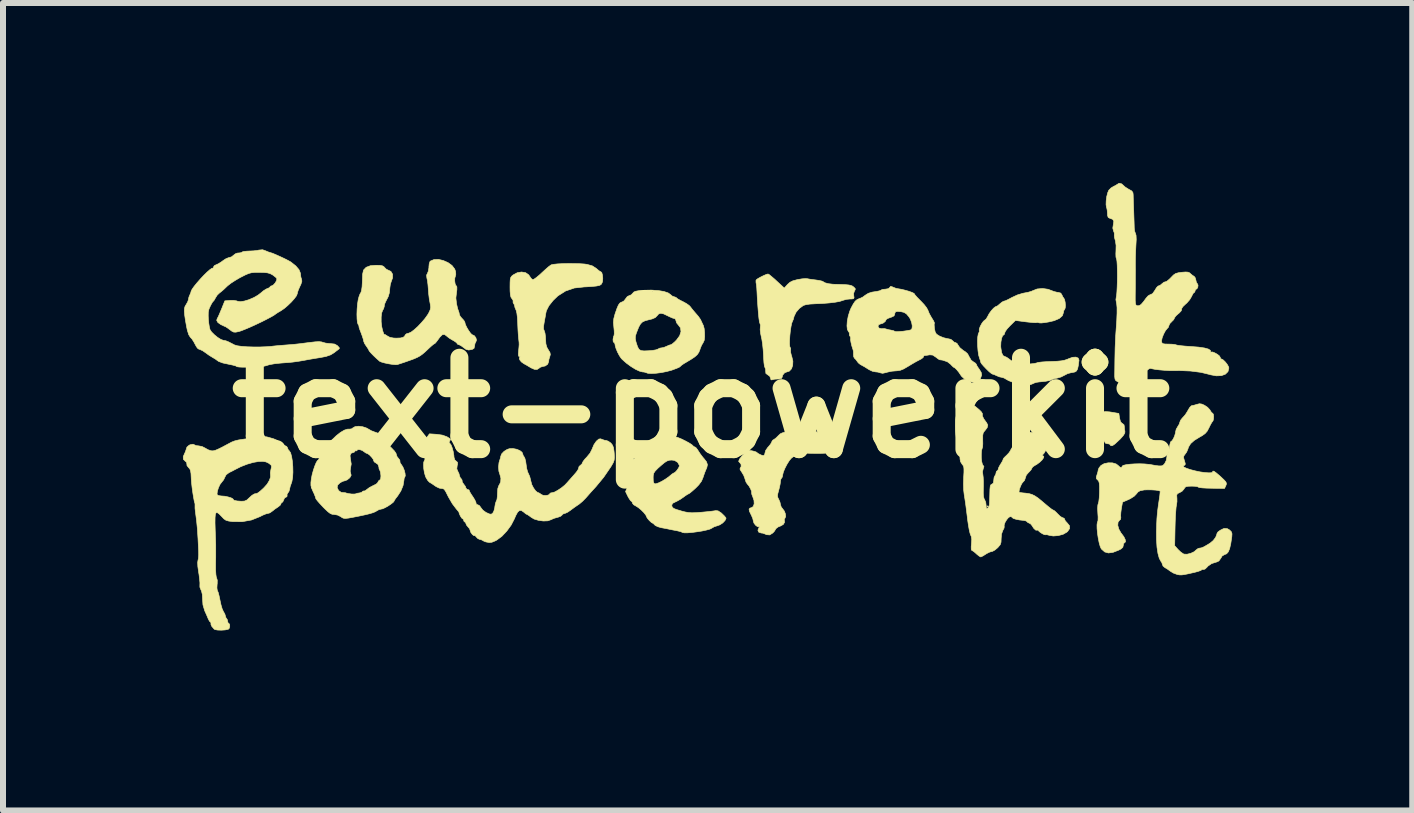
<source format=kicad_pcb>
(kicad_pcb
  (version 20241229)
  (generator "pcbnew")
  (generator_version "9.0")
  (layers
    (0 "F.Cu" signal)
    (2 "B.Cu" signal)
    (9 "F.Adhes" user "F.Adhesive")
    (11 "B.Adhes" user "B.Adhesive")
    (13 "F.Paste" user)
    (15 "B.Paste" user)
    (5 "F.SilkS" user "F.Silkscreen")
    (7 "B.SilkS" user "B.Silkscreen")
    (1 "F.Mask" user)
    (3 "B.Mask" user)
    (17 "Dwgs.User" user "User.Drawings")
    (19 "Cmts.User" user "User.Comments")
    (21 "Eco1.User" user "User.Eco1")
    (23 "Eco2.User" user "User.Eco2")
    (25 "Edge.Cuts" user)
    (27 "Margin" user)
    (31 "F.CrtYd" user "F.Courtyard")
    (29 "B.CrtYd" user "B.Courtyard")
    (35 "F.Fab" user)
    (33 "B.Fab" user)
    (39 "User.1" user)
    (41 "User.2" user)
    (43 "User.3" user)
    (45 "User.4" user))
  (footprint "text-powerkit"
    (layer "F.Cu")
    (at 8.636 3.748)
    (property "Reference" "text-powerkit" (at 0 0 0) (layer "F.SilkS") (effects (font (size 1.524 1.524) (thickness 0.3))))
    (attr through_hole)
    (fp_poly (pts (xy 4.79 1.642) (xy 4.781 1.651) (xy 4.772 1.642) (xy 4.781 1.633) (xy 4.79 1.642)) (stroke (width 0.01) (type solid)) (fill yes) (layer "F.SilkS"))
    (fp_poly (pts (xy 6.81 0.068) (xy 6.848 0.074) (xy 6.965 0.094) (xy 6.977 0.172) (xy 6.992 0.23) (xy 7.015 0.257) (xy 7.023 0.26) (xy 7.051 0.283) (xy 7.056 0.311) (xy 7.06 0.363) (xy 7.066 0.39) (xy 7.064 0.421) (xy 7.039 0.463) (xy 6.989 0.519) (xy 6.911 0.592) (xy 6.899 0.603) (xy 6.861 0.629) (xy 6.832 0.633) (xy 6.822 0.617) (xy 6.806 0.603) (xy 6.776 0.599) (xy 6.74 0.589) (xy 6.731 0.572) (xy 6.716 0.545) (xy 6.682 0.518) (xy 6.642 0.501) (xy 6.631 0.5) (xy 6.614 0.484) (xy 6.608 0.463) (xy 6.595 0.416) (xy 6.583 0.387) (xy 6.572 0.334) (xy 6.578 0.278) (xy 6.586 0.23) (xy 6.589 0.196) (xy 6.588 0.193) (xy 6.597 0.169) (xy 6.625 0.133) (xy 6.662 0.097) (xy 6.699 0.07) (xy 6.699 0.07) (xy 6.74 0.063) (xy 6.81 0.068)) (stroke (width 0.01) (type solid)) (fill yes) (layer "F.SilkS"))
    (fp_poly (pts (xy -2.111 -2.404) (xy -2.02 -2.402) (xy -1.944 -2.397) (xy -1.901 -2.391) (xy -1.812 -2.366) (xy -1.747 -2.324) (xy -1.742 -2.32) (xy -1.704 -2.287) (xy -1.675 -2.269) (xy -1.67 -2.268) (xy -1.654 -2.252) (xy -1.643 -2.212) (xy -1.638 -2.161) (xy -1.641 -2.111) (xy -1.646 -2.092) (xy -1.662 -2.06) (xy -1.688 -2.042) (xy -1.738 -2.031) (xy -1.752 -2.029) (xy -1.824 -2.022) (xy -1.907 -2.017) (xy -1.95 -2.015) (xy -2.113 -1.997) (xy -2.258 -1.947) (xy -2.386 -1.866) (xy -2.465 -1.79) (xy -2.537 -1.699) (xy -2.578 -1.618) (xy -2.587 -1.578) (xy -2.594 -1.536) (xy -2.605 -1.474) (xy -2.614 -1.426) (xy -2.625 -1.358) (xy -2.625 -1.313) (xy -2.613 -1.283) (xy -2.613 -1.282) (xy -2.601 -1.245) (xy -2.593 -1.186) (xy -2.591 -1.14) (xy -2.586 -1.065) (xy -2.57 -1.009) (xy -2.546 -0.967) (xy -2.518 -0.921) (xy -2.512 -0.887) (xy -2.52 -0.858) (xy -2.536 -0.806) (xy -2.54 -0.771) (xy -2.556 -0.727) (xy -2.598 -0.697) (xy -2.64 -0.689) (xy -2.677 -0.677) (xy -2.697 -0.662) (xy -2.733 -0.639) (xy -2.777 -0.641) (xy -2.836 -0.667) (xy -2.857 -0.68) (xy -2.907 -0.71) (xy -2.947 -0.732) (xy -2.957 -0.738) (xy -2.995 -0.765) (xy -3.021 -0.798) (xy -3.03 -0.827) (xy -3.024 -0.839) (xy -3.014 -0.85) (xy -3.027 -0.852) (xy -3.041 -0.862) (xy -3.045 -0.894) (xy -3.041 -0.948) (xy -3.035 -1.01) (xy -3.032 -1.052) (xy -3.033 -1.088) (xy -3.038 -1.134) (xy -3.041 -1.161) (xy -3.046 -1.217) (xy -3.051 -1.295) (xy -3.055 -1.382) (xy -3.056 -1.416) (xy -3.061 -1.505) (xy -3.07 -1.578) (xy -3.082 -1.626) (xy -3.086 -1.634) (xy -3.102 -1.672) (xy -3.106 -1.694) (xy -3.112 -1.719) (xy -3.123 -1.735) (xy -3.135 -1.762) (xy -3.132 -1.772) (xy -3.134 -1.793) (xy -3.152 -1.819) (xy -3.169 -1.845) (xy -3.178 -1.885) (xy -3.183 -1.946) (xy -3.184 -2.014) (xy -3.183 -2.091) (xy -3.18 -2.141) (xy -3.172 -2.172) (xy -3.156 -2.195) (xy -3.13 -2.216) (xy -3.063 -2.252) (xy -2.992 -2.264) (xy -2.925 -2.253) (xy -2.874 -2.218) (xy -2.858 -2.195) (xy -2.832 -2.157) (xy -2.807 -2.136) (xy -2.784 -2.144) (xy -2.743 -2.173) (xy -2.689 -2.218) (xy -2.657 -2.248) (xy -2.598 -2.302) (xy -2.546 -2.348) (xy -2.507 -2.377) (xy -2.495 -2.384) (xy -2.456 -2.392) (xy -2.39 -2.399) (xy -2.305 -2.403) (xy -2.209 -2.405) (xy -2.111 -2.404)) (stroke (width 0.01) (type solid)) (fill yes) (layer "F.SilkS"))
    (fp_poly (pts (xy 1.137 -2.22) (xy 1.176 -2.188) (xy 1.229 -2.143) (xy 1.261 -2.113) (xy 1.388 -1.996) (xy 1.442 -2.056) (xy 1.482 -2.092) (xy 1.529 -2.116) (xy 1.595 -2.134) (xy 1.618 -2.139) (xy 1.684 -2.15) (xy 1.74 -2.154) (xy 1.772 -2.152) (xy 1.808 -2.145) (xy 1.865 -2.137) (xy 1.914 -2.131) (xy 1.973 -2.122) (xy 2.016 -2.112) (xy 2.032 -2.105) (xy 2.063 -2.085) (xy 2.122 -2.069) (xy 2.198 -2.06) (xy 2.223 -2.059) (xy 2.329 -2.056) (xy 2.406 -2.053) (xy 2.459 -2.048) (xy 2.494 -2.041) (xy 2.519 -2.032) (xy 2.539 -2.018) (xy 2.542 -2.016) (xy 2.57 -1.989) (xy 2.57 -1.967) (xy 2.56 -1.952) (xy 2.544 -1.908) (xy 2.546 -1.869) (xy 2.551 -1.834) (xy 2.541 -1.818) (xy 2.507 -1.814) (xy 2.484 -1.814) (xy 2.423 -1.808) (xy 2.368 -1.792) (xy 2.362 -1.79) (xy 2.313 -1.774) (xy 2.236 -1.76) (xy 2.136 -1.748) (xy 2.021 -1.739) (xy 1.898 -1.734) (xy 1.887 -1.733) (xy 1.813 -1.729) (xy 1.748 -1.719) (xy 1.706 -1.706) (xy 1.705 -1.706) (xy 1.639 -1.657) (xy 1.585 -1.594) (xy 1.553 -1.528) (xy 1.55 -1.519) (xy 1.538 -1.473) (xy 1.525 -1.443) (xy 1.524 -1.442) (xy 1.512 -1.41) (xy 1.5 -1.354) (xy 1.489 -1.282) (xy 1.481 -1.205) (xy 1.476 -1.129) (xy 1.475 -1.066) (xy 1.479 -1.022) (xy 1.485 -1.009) (xy 1.495 -0.985) (xy 1.493 -0.962) (xy 1.494 -0.923) (xy 1.507 -0.87) (xy 1.514 -0.85) (xy 1.531 -0.778) (xy 1.528 -0.708) (xy 1.508 -0.65) (xy 1.472 -0.611) (xy 1.433 -0.599) (xy 1.393 -0.583) (xy 1.362 -0.546) (xy 1.352 -0.51) (xy 1.342 -0.49) (xy 1.306 -0.481) (xy 1.279 -0.48) (xy 1.227 -0.477) (xy 1.189 -0.468) (xy 1.184 -0.466) (xy 1.166 -0.466) (xy 1.161 -0.489) (xy 1.145 -0.527) (xy 1.115 -0.548) (xy 1.081 -0.573) (xy 1.078 -0.606) (xy 1.076 -0.647) (xy 1.067 -0.667) (xy 1.057 -0.695) (xy 1.049 -0.75) (xy 1.044 -0.824) (xy 1.042 -0.872) (xy 1.036 -0.966) (xy 1.026 -1.064) (xy 1.013 -1.147) (xy 1.007 -1.172) (xy 0.993 -1.241) (xy 0.986 -1.301) (xy 0.988 -1.337) (xy 0.991 -1.38) (xy 0.983 -1.403) (xy 0.974 -1.431) (xy 0.965 -1.492) (xy 0.956 -1.582) (xy 0.947 -1.697) (xy 0.938 -1.835) (xy 0.933 -1.933) (xy 0.929 -2.001) (xy 0.923 -2.056) (xy 0.917 -2.087) (xy 0.917 -2.087) (xy 0.916 -2.122) (xy 0.921 -2.133) (xy 0.945 -2.152) (xy 0.989 -2.177) (xy 1.041 -2.203) (xy 1.088 -2.223) (xy 1.117 -2.231) (xy 1.137 -2.22)) (stroke (width 0.01) (type solid)) (fill yes) (layer "F.SilkS"))
    (fp_poly (pts (xy -0.715 -1.955) (xy -0.619 -1.939) (xy -0.548 -1.915) (xy -0.515 -1.892) (xy -0.479 -1.862) (xy -0.448 -1.851) (xy -0.416 -1.84) (xy -0.408 -1.831) (xy -0.386 -1.814) (xy -0.341 -1.789) (xy -0.3 -1.769) (xy -0.242 -1.737) (xy -0.195 -1.703) (xy -0.177 -1.683) (xy -0.148 -1.645) (xy -0.107 -1.596) (xy -0.087 -1.573) (xy -0.045 -1.524) (xy -0.012 -1.477) (xy -0.003 -1.46) (xy 0.022 -1.406) (xy 0.039 -1.371) (xy 0.052 -1.323) (xy 0.059 -1.256) (xy 0.06 -1.185) (xy 0.054 -1.128) (xy 0.052 -1.122) (xy 0.033 -1.081) (xy 0.024 -1.068) (xy 0.006 -1.035) (xy -0.014 -0.985) (xy -0.018 -0.971) (xy -0.037 -0.924) (xy -0.064 -0.885) (xy -0.106 -0.848) (xy -0.169 -0.806) (xy -0.231 -0.769) (xy -0.287 -0.736) (xy -0.327 -0.708) (xy -0.345 -0.691) (xy -0.345 -0.69) (xy -0.361 -0.678) (xy -0.403 -0.659) (xy -0.465 -0.636) (xy -0.489 -0.627) (xy -0.572 -0.605) (xy -0.662 -0.587) (xy -0.75 -0.576) (xy -0.829 -0.572) (xy -0.888 -0.576) (xy -0.913 -0.585) (xy -0.948 -0.596) (xy -0.975 -0.598) (xy -1.025 -0.611) (xy -1.092 -0.642) (xy -1.168 -0.689) (xy -1.243 -0.744) (xy -1.309 -0.802) (xy -1.33 -0.824) (xy -1.36 -0.868) (xy -1.392 -0.928) (xy -1.418 -0.991) (xy -1.432 -1.042) (xy -1.433 -1.055) (xy -1.442 -1.083) (xy -1.453 -1.089) (xy -1.464 -1.104) (xy -1.467 -1.139) (xy -1.464 -1.155) (xy -1.096 -1.155) (xy -1.086 -1.105) (xy -1.079 -1.081) (xy -1.057 -1.015) (xy -1.034 -0.974) (xy -1.002 -0.954) (xy -0.95 -0.948) (xy -0.876 -0.951) (xy -0.807 -0.957) (xy -0.752 -0.966) (xy -0.722 -0.977) (xy -0.72 -0.978) (xy -0.686 -0.995) (xy -0.663 -0.998) (xy -0.62 -1.006) (xy -0.574 -1.025) (xy -0.532 -1.044) (xy -0.502 -1.052) (xy -0.501 -1.052) (xy -0.479 -1.065) (xy -0.441 -1.097) (xy -0.409 -1.129) (xy -0.356 -1.201) (xy -0.334 -1.27) (xy -0.342 -1.333) (xy -0.377 -1.379) (xy -0.407 -1.416) (xy -0.417 -1.45) (xy -0.428 -1.48) (xy -0.444 -1.488) (xy -0.474 -1.496) (xy -0.522 -1.517) (xy -0.555 -1.533) (xy -0.624 -1.566) (xy -0.672 -1.576) (xy -0.707 -1.564) (xy -0.732 -1.535) (xy -0.763 -1.504) (xy -0.816 -1.481) (xy -0.873 -1.467) (xy -0.933 -1.451) (xy -0.976 -1.431) (xy -1.009 -1.398) (xy -1.038 -1.347) (xy -1.069 -1.269) (xy -1.076 -1.252) (xy -1.093 -1.198) (xy -1.096 -1.155) (xy -1.464 -1.155) (xy -1.461 -1.179) (xy -1.45 -1.206) (xy -1.446 -1.233) (xy -1.447 -1.283) (xy -1.453 -1.343) (xy -1.46 -1.422) (xy -1.454 -1.487) (xy -1.435 -1.559) (xy -1.432 -1.569) (xy -1.402 -1.655) (xy -1.378 -1.711) (xy -1.355 -1.744) (xy -1.331 -1.76) (xy -1.317 -1.763) (xy -1.283 -1.783) (xy -1.256 -1.819) (xy -1.229 -1.854) (xy -1.199 -1.869) (xy -1.164 -1.883) (xy -1.139 -1.909) (xy -1.121 -1.929) (xy -1.093 -1.942) (xy -1.052 -1.95) (xy -0.816 -1.95) (xy -0.807 -1.941) (xy -0.798 -1.95) (xy -0.807 -1.959) (xy -0.816 -1.95) (xy -1.052 -1.95) (xy -1.048 -1.951) (xy -0.976 -1.957) (xy -0.96 -1.959) (xy -0.831 -1.962) (xy -0.715 -1.955)) (stroke (width 0.01) (type solid)) (fill yes) (layer "F.SilkS"))
    (fp_poly (pts (xy 1.729 0.348) (xy 1.798 0.355) (xy 1.856 0.365) (xy 1.894 0.374) (xy 1.905 0.381) (xy 1.92 0.399) (xy 1.937 0.407) (xy 1.969 0.425) (xy 2.013 0.459) (xy 2.026 0.472) (xy 2.065 0.505) (xy 2.093 0.525) (xy 2.099 0.527) (xy 2.122 0.538) (xy 2.154 0.561) (xy 2.182 0.595) (xy 2.189 0.642) (xy 2.188 0.663) (xy 2.177 0.711) (xy 2.16 0.743) (xy 2.156 0.745) (xy 2.125 0.752) (xy 2.066 0.757) (xy 1.987 0.76) (xy 1.896 0.76) (xy 1.801 0.758) (xy 1.752 0.756) (xy 1.646 0.767) (xy 1.547 0.809) (xy 1.506 0.839) (xy 1.473 0.878) (xy 1.435 0.938) (xy 1.4 1.005) (xy 1.373 1.069) (xy 1.361 1.118) (xy 1.361 1.123) (xy 1.353 1.158) (xy 1.343 1.17) (xy 1.329 1.195) (xy 1.324 1.227) (xy 1.319 1.271) (xy 1.306 1.332) (xy 1.295 1.375) (xy 1.279 1.434) (xy 1.275 1.471) (xy 1.282 1.501) (xy 1.295 1.525) (xy 1.316 1.573) (xy 1.324 1.612) (xy 1.337 1.653) (xy 1.36 1.683) (xy 1.389 1.722) (xy 1.407 1.77) (xy 1.411 1.814) (xy 1.399 1.84) (xy 1.399 1.841) (xy 1.386 1.862) (xy 1.389 1.87) (xy 1.393 1.907) (xy 1.372 1.944) (xy 1.332 1.967) (xy 1.331 1.968) (xy 1.286 1.986) (xy 1.249 2.014) (xy 1.234 2.04) (xy 1.234 2.04) (xy 1.222 2.059) (xy 1.197 2.086) (xy 1.145 2.119) (xy 1.091 2.115) (xy 1.07 2.105) (xy 1.03 2.09) (xy 1.002 2.087) (xy 0.962 2.073) (xy 0.948 2.041) (xy 0.964 2.001) (xy 0.976 1.982) (xy 0.967 1.984) (xy 0.941 1.981) (xy 0.909 1.957) (xy 0.882 1.921) (xy 0.871 1.884) (xy 0.871 1.883) (xy 0.863 1.847) (xy 0.842 1.797) (xy 0.835 1.783) (xy 0.807 1.725) (xy 0.801 1.689) (xy 0.817 1.671) (xy 0.839 1.666) (xy 0.871 1.645) (xy 0.886 1.601) (xy 0.883 1.544) (xy 0.863 1.485) (xy 0.847 1.444) (xy 0.843 1.417) (xy 0.844 1.415) (xy 0.842 1.39) (xy 0.825 1.349) (xy 0.8 1.305) (xy 0.773 1.272) (xy 0.771 1.27) (xy 0.75 1.238) (xy 0.734 1.189) (xy 0.733 1.185) (xy 0.712 1.127) (xy 0.679 1.072) (xy 0.678 1.07) (xy 0.652 1.032) (xy 0.651 1.009) (xy 0.653 1.007) (xy 0.669 0.979) (xy 0.667 0.942) (xy 0.648 0.916) (xy 0.645 0.914) (xy 0.627 0.893) (xy 0.641 0.856) (xy 0.685 0.801) (xy 0.712 0.774) (xy 0.756 0.734) (xy 0.79 0.715) (xy 0.824 0.713) (xy 0.85 0.717) (xy 0.896 0.728) (xy 0.923 0.739) (xy 0.925 0.741) (xy 0.955 0.764) (xy 0.999 0.786) (xy 1.037 0.798) (xy 1.041 0.798) (xy 1.06 0.783) (xy 1.066 0.753) (xy 1.079 0.709) (xy 1.114 0.659) (xy 1.123 0.65) (xy 1.157 0.609) (xy 1.177 0.576) (xy 1.179 0.567) (xy 1.194 0.541) (xy 1.211 0.531) (xy 1.243 0.509) (xy 1.281 0.473) (xy 1.285 0.468) (xy 1.321 0.434) (xy 1.355 0.418) (xy 1.359 0.417) (xy 1.398 0.405) (xy 1.411 0.396) (xy 1.44 0.382) (xy 1.493 0.367) (xy 1.558 0.354) (xy 1.621 0.345) (xy 1.66 0.344) (xy 1.729 0.348)) (stroke (width 0.01) (type solid)) (fill yes) (layer "F.SilkS"))
    (fp_poly (pts (xy 5.785 -1.976) (xy 5.824 -1.961) (xy 5.883 -1.939) (xy 5.937 -1.925) (xy 5.954 -1.924) (xy 5.997 -1.912) (xy 6.016 -1.882) (xy 6.033 -1.846) (xy 6.046 -1.83) (xy 6.06 -1.805) (xy 6.07 -1.759) (xy 6.074 -1.707) (xy 6.071 -1.664) (xy 6.062 -1.643) (xy 6.046 -1.617) (xy 6.042 -1.59) (xy 6.024 -1.535) (xy 5.972 -1.489) (xy 5.885 -1.452) (xy 5.8 -1.432) (xy 5.729 -1.42) (xy 5.671 -1.414) (xy 5.636 -1.416) (xy 5.632 -1.418) (xy 5.607 -1.425) (xy 5.601 -1.422) (xy 5.579 -1.419) (xy 5.53 -1.421) (xy 5.461 -1.428) (xy 5.415 -1.433) (xy 5.241 -1.456) (xy 5.151 -1.368) (xy 5.106 -1.32) (xy 5.074 -1.276) (xy 5.062 -1.248) (xy 5.054 -1.221) (xy 5.045 -1.216) (xy 5.026 -1.199) (xy 5.01 -1.156) (xy 4.999 -1.095) (xy 4.996 -1.026) (xy 4.998 -1.001) (xy 5.011 -0.919) (xy 5.035 -0.869) (xy 5.069 -0.853) (xy 5.095 -0.842) (xy 5.135 -0.814) (xy 5.153 -0.8) (xy 5.204 -0.765) (xy 5.248 -0.755) (xy 5.266 -0.757) (xy 5.305 -0.758) (xy 5.316 -0.745) (xy 5.332 -0.736) (xy 5.374 -0.731) (xy 5.432 -0.73) (xy 5.494 -0.732) (xy 5.552 -0.738) (xy 5.593 -0.747) (xy 5.604 -0.752) (xy 5.631 -0.758) (xy 5.685 -0.764) (xy 5.76 -0.769) (xy 5.835 -0.772) (xy 5.935 -0.776) (xy 6.008 -0.783) (xy 6.063 -0.794) (xy 6.11 -0.81) (xy 6.127 -0.818) (xy 6.194 -0.842) (xy 6.249 -0.845) (xy 6.287 -0.829) (xy 6.301 -0.795) (xy 6.3 -0.788) (xy 6.289 -0.703) (xy 6.277 -0.648) (xy 6.259 -0.614) (xy 6.232 -0.597) (xy 6.19 -0.588) (xy 6.172 -0.586) (xy 6.111 -0.57) (xy 6.057 -0.542) (xy 6.002 -0.514) (xy 5.941 -0.496) (xy 5.937 -0.495) (xy 5.888 -0.485) (xy 5.854 -0.473) (xy 5.851 -0.471) (xy 5.812 -0.455) (xy 5.744 -0.442) (xy 5.656 -0.433) (xy 5.642 -0.432) (xy 5.587 -0.424) (xy 5.546 -0.41) (xy 5.537 -0.404) (xy 5.494 -0.387) (xy 5.42 -0.385) (xy 5.315 -0.399) (xy 5.262 -0.409) (xy 5.192 -0.428) (xy 5.13 -0.452) (xy 5.095 -0.471) (xy 5.051 -0.497) (xy 5.014 -0.508) (xy 5.013 -0.508) (xy 4.974 -0.516) (xy 4.928 -0.535) (xy 4.887 -0.554) (xy 4.858 -0.562) (xy 4.858 -0.562) (xy 4.836 -0.575) (xy 4.799 -0.606) (xy 4.755 -0.649) (xy 4.712 -0.694) (xy 4.678 -0.733) (xy 4.663 -0.758) (xy 4.663 -0.76) (xy 4.656 -0.788) (xy 4.642 -0.829) (xy 4.627 -0.881) (xy 4.617 -0.953) (xy 4.611 -1.034) (xy 4.609 -1.114) (xy 4.613 -1.183) (xy 4.622 -1.232) (xy 4.629 -1.246) (xy 4.64 -1.274) (xy 4.638 -1.285) (xy 4.638 -1.312) (xy 4.654 -1.356) (xy 4.679 -1.403) (xy 4.707 -1.442) (xy 4.726 -1.458) (xy 4.754 -1.482) (xy 4.777 -1.52) (xy 4.803 -1.569) (xy 4.839 -1.619) (xy 4.877 -1.661) (xy 4.908 -1.685) (xy 4.916 -1.687) (xy 4.942 -1.699) (xy 4.977 -1.728) (xy 4.982 -1.733) (xy 5.019 -1.763) (xy 5.049 -1.778) (xy 5.052 -1.778) (xy 5.079 -1.786) (xy 5.127 -1.809) (xy 5.185 -1.84) (xy 5.273 -1.881) (xy 5.361 -1.908) (xy 5.391 -1.914) (xy 5.454 -1.926) (xy 5.508 -1.942) (xy 5.527 -1.951) (xy 5.603 -1.981) (xy 5.694 -1.989) (xy 5.785 -1.976)) (stroke (width 0.01) (type solid)) (fill yes) (layer "F.SilkS"))
    (fp_poly (pts (xy -0.432 0.481) (xy -0.387 0.495) (xy -0.326 0.52) (xy -0.261 0.552) (xy -0.2 0.585) (xy -0.153 0.615) (xy -0.13 0.637) (xy -0.13 0.638) (xy -0.109 0.652) (xy -0.102 0.653) (xy -0.081 0.668) (xy -0.054 0.704) (xy -0.047 0.716) (xy -0.013 0.768) (xy 0.031 0.826) (xy 0.048 0.845) (xy 0.091 0.9) (xy 0.107 0.948) (xy 0.096 0.999) (xy 0.083 1.028) (xy 0.062 1.079) (xy 0.04 1.142) (xy 0.034 1.161) (xy 0.008 1.223) (xy -0.038 1.285) (xy -0.09 1.338) (xy -0.14 1.383) (xy -0.181 1.417) (xy -0.204 1.433) (xy -0.206 1.433) (xy -0.228 1.444) (xy -0.267 1.47) (xy -0.288 1.486) (xy -0.346 1.526) (xy -0.409 1.561) (xy -0.423 1.567) (xy -0.469 1.59) (xy -0.486 1.615) (xy -0.487 1.636) (xy -0.478 1.658) (xy -0.456 1.677) (xy -0.412 1.695) (xy -0.34 1.716) (xy -0.336 1.718) (xy -0.267 1.736) (xy -0.21 1.746) (xy -0.153 1.75) (xy -0.085 1.748) (xy 0.008 1.741) (xy 0.009 1.741) (xy 0.094 1.733) (xy 0.168 1.725) (xy 0.222 1.718) (xy 0.245 1.714) (xy 0.284 1.718) (xy 0.335 1.751) (xy 0.349 1.764) (xy 0.388 1.802) (xy 0.413 1.832) (xy 0.417 1.842) (xy 0.4 1.879) (xy 0.362 1.919) (xy 0.313 1.951) (xy 0.273 1.966) (xy 0.221 1.982) (xy 0.181 2.005) (xy 0.18 2.006) (xy 0.148 2.022) (xy 0.09 2.038) (xy 0.016 2.054) (xy -0.067 2.067) (xy -0.15 2.078) (xy -0.224 2.084) (xy -0.28 2.084) (xy -0.311 2.078) (xy -0.313 2.076) (xy -0.337 2.065) (xy -0.385 2.053) (xy -0.413 2.047) (xy -0.472 2.036) (xy -0.522 2.026) (xy -0.535 2.023) (xy -0.574 2.015) (xy -0.632 2.004) (xy -0.661 1.999) (xy -0.717 1.983) (xy -0.76 1.963) (xy -0.772 1.953) (xy -0.796 1.928) (xy -0.807 1.923) (xy -0.828 1.911) (xy -0.86 1.881) (xy -0.889 1.848) (xy -0.906 1.821) (xy -0.907 1.817) (xy -0.92 1.789) (xy -0.953 1.747) (xy -0.997 1.703) (xy -1.044 1.664) (xy -1.083 1.639) (xy -1.123 1.616) (xy -1.143 1.591) (xy -1.143 1.587) (xy -1.152 1.563) (xy -1.16 1.56) (xy -1.177 1.545) (xy -1.202 1.507) (xy -1.218 1.479) (xy -1.258 1.397) (xy -1.212 1.284) (xy -1.19 1.224) (xy -1.178 1.177) (xy -1.178 1.164) (xy -0.798 1.164) (xy -0.796 1.226) (xy -0.784 1.26) (xy -0.757 1.268) (xy -0.709 1.252) (xy -0.657 1.227) (xy -0.596 1.191) (xy -0.54 1.152) (xy -0.521 1.136) (xy -0.484 1.105) (xy -0.459 1.089) (xy -0.456 1.089) (xy -0.431 1.074) (xy -0.4 1.041) (xy -0.373 1.001) (xy -0.36 0.968) (xy -0.36 0.962) (xy -0.389 0.909) (xy -0.442 0.877) (xy -0.489 0.871) (xy -0.53 0.874) (xy -0.568 0.887) (xy -0.61 0.914) (xy -0.665 0.96) (xy -0.719 1.008) (xy -0.764 1.054) (xy -0.788 1.09) (xy -0.797 1.13) (xy -0.798 1.164) (xy -1.178 1.164) (xy -1.178 1.152) (xy -1.187 1.125) (xy -1.193 1.074) (xy -1.196 1.033) (xy -1.196 0.973) (xy -1.188 0.934) (xy -1.165 0.901) (xy -1.131 0.868) (xy -1.068 0.805) (xy -1.027 0.75) (xy -0.999 0.695) (xy -0.973 0.666) (xy -0.926 0.631) (xy -0.869 0.597) (xy -0.814 0.572) (xy -0.774 0.562) (xy -0.741 0.55) (xy -0.728 0.538) (xy -0.694 0.517) (xy -0.635 0.498) (xy -0.564 0.484) (xy -0.492 0.478) (xy -0.432 0.481)) (stroke (width 0.01) (type solid)) (fill yes) (layer "F.SilkS"))
    (fp_poly (pts (xy -5.639 0.316) (xy -5.574 0.338) (xy -5.551 0.351) (xy -5.495 0.383) (xy -5.438 0.405) (xy -5.429 0.407) (xy -5.389 0.422) (xy -5.37 0.441) (xy -5.37 0.443) (xy -5.356 0.472) (xy -5.323 0.508) (xy -5.281 0.539) (xy -5.257 0.55) (xy -5.23 0.571) (xy -5.225 0.586) (xy -5.213 0.611) (xy -5.18 0.65) (xy -5.153 0.676) (xy -5.112 0.719) (xy -5.085 0.758) (xy -5.08 0.776) (xy -5.067 0.814) (xy -5.044 0.843) (xy -5.021 0.873) (xy -5.019 0.893) (xy -5.016 0.917) (xy -4.994 0.949) (xy -4.969 0.988) (xy -4.948 1.039) (xy -4.934 1.092) (xy -4.93 1.134) (xy -4.937 1.153) (xy -4.949 1.177) (xy -4.953 1.212) (xy -4.967 1.296) (xy -5.004 1.387) (xy -5.057 1.469) (xy -5.06 1.473) (xy -5.093 1.515) (xy -5.113 1.546) (xy -5.116 1.555) (xy -5.131 1.575) (xy -5.168 1.604) (xy -5.217 1.637) (xy -5.267 1.665) (xy -5.309 1.684) (xy -5.326 1.687) (xy -5.368 1.697) (xy -5.404 1.717) (xy -5.433 1.734) (xy -5.471 1.749) (xy -5.523 1.765) (xy -5.597 1.783) (xy -5.7 1.805) (xy -5.715 1.808) (xy -5.812 1.827) (xy -5.88 1.839) (xy -5.927 1.844) (xy -5.959 1.841) (xy -5.983 1.831) (xy -6.005 1.815) (xy -6.059 1.788) (xy -6.115 1.778) (xy -6.149 1.775) (xy -6.182 1.761) (xy -6.22 1.732) (xy -6.272 1.683) (xy -6.301 1.654) (xy -6.353 1.598) (xy -6.395 1.55) (xy -6.419 1.518) (xy -6.423 1.508) (xy -6.43 1.482) (xy -6.449 1.434) (xy -6.468 1.394) (xy -6.492 1.339) (xy -6.495 1.327) (xy -6.065 1.327) (xy -6.064 1.335) (xy -6.041 1.38) (xy -5.999 1.409) (xy -5.964 1.413) (xy -5.928 1.416) (xy -5.915 1.421) (xy -5.877 1.43) (xy -5.827 1.437) (xy -5.781 1.438) (xy -5.753 1.434) (xy -5.751 1.432) (xy -5.728 1.424) (xy -5.697 1.42) (xy -5.66 1.411) (xy -5.646 1.398) (xy -5.629 1.386) (xy -5.623 1.388) (xy -5.601 1.384) (xy -5.57 1.361) (xy -5.529 1.33) (xy -5.474 1.301) (xy -5.461 1.295) (xy -5.416 1.272) (xy -5.391 1.25) (xy -5.388 1.243) (xy -5.374 1.217) (xy -5.36 1.209) (xy -5.341 1.187) (xy -5.336 1.14) (xy -5.337 1.124) (xy -5.343 1.075) (xy -5.352 1.045) (xy -5.356 1.041) (xy -5.367 1.018) (xy -5.37 0.987) (xy -5.386 0.943) (xy -5.416 0.922) (xy -5.448 0.901) (xy -5.457 0.881) (xy -5.466 0.856) (xy -5.493 0.82) (xy -5.527 0.785) (xy -5.558 0.764) (xy -5.566 0.762) (xy -5.593 0.75) (xy -5.614 0.734) (xy -5.647 0.711) (xy -5.687 0.698) (xy -5.72 0.696) (xy -5.733 0.708) (xy -5.744 0.719) (xy -5.751 0.717) (xy -5.768 0.718) (xy -5.769 0.725) (xy -5.784 0.742) (xy -5.794 0.744) (xy -5.834 0.758) (xy -5.851 0.797) (xy -5.844 0.855) (xy -5.843 0.86) (xy -5.831 0.937) (xy -5.84 0.99) (xy -5.849 1.056) (xy -5.84 1.093) (xy -5.832 1.124) (xy -5.849 1.157) (xy -5.862 1.172) (xy -5.9 1.202) (xy -5.936 1.216) (xy -5.937 1.216) (xy -5.974 1.226) (xy -6.019 1.251) (xy -6.021 1.253) (xy -6.058 1.289) (xy -6.065 1.327) (xy -6.495 1.327) (xy -6.503 1.294) (xy -6.503 1.243) (xy -6.496 1.185) (xy -6.483 1.116) (xy -6.463 1.043) (xy -6.44 0.974) (xy -6.416 0.916) (xy -6.395 0.88) (xy -6.383 0.871) (xy -6.37 0.856) (xy -6.368 0.844) (xy -6.354 0.815) (xy -6.333 0.799) (xy -6.307 0.773) (xy -6.275 0.725) (xy -6.25 0.676) (xy -6.207 0.604) (xy -6.149 0.532) (xy -6.081 0.466) (xy -6.011 0.411) (xy -5.945 0.372) (xy -5.889 0.355) (xy -5.866 0.356) (xy -5.825 0.351) (xy -5.807 0.337) (xy -5.767 0.314) (xy -5.707 0.307) (xy -5.639 0.316)) (stroke (width 0.01) (type solid)) (fill yes) (layer "F.SilkS"))
    (fp_poly (pts (xy -4.296 -2.455) (xy -4.217 -2.42) (xy -4.151 -2.372) (xy -4.106 -2.313) (xy -4.092 -2.274) (xy -4.088 -2.225) (xy -4.095 -2.192) (xy -4.097 -2.189) (xy -4.105 -2.16) (xy -4.106 -2.116) (xy -4.1 -2.071) (xy -4.088 -2.039) (xy -4.078 -2.032) (xy -4.07 -2.015) (xy -4.07 -1.968) (xy -4.074 -1.937) (xy -4.081 -1.88) (xy -4.086 -1.837) (xy -4.086 -1.823) (xy -4.075 -1.731) (xy -4.057 -1.652) (xy -4.048 -1.627) (xy -4.033 -1.583) (xy -4.028 -1.553) (xy -4.015 -1.526) (xy -3.986 -1.491) (xy -3.982 -1.488) (xy -3.952 -1.454) (xy -3.937 -1.427) (xy -3.937 -1.426) (xy -3.929 -1.391) (xy -3.906 -1.342) (xy -3.876 -1.291) (xy -3.844 -1.246) (xy -3.818 -1.219) (xy -3.809 -1.216) (xy -3.778 -1.201) (xy -3.753 -1.167) (xy -3.743 -1.129) (xy -3.752 -1.103) (xy -3.769 -1.069) (xy -3.774 -1.033) (xy -3.784 -0.991) (xy -3.815 -0.973) (xy -3.873 -0.963) (xy -3.918 -0.974) (xy -3.962 -1.007) (xy -4.003 -1.037) (xy -4.035 -1.052) (xy -4.04 -1.052) (xy -4.062 -1.063) (xy -4.064 -1.07) (xy -4.079 -1.088) (xy -4.116 -1.114) (xy -4.136 -1.125) (xy -4.189 -1.156) (xy -4.234 -1.19) (xy -4.242 -1.198) (xy -4.277 -1.223) (xy -4.313 -1.218) (xy -4.352 -1.18) (xy -4.38 -1.142) (xy -4.411 -1.1) (xy -4.434 -1.074) (xy -4.441 -1.07) (xy -4.46 -1.059) (xy -4.497 -1.028) (xy -4.545 -0.984) (xy -4.554 -0.975) (xy -4.601 -0.931) (xy -4.642 -0.896) (xy -4.682 -0.867) (xy -4.727 -0.842) (xy -4.783 -0.817) (xy -4.857 -0.79) (xy -4.954 -0.756) (xy -5.062 -0.721) (xy -5.093 -0.719) (xy -5.147 -0.724) (xy -5.21 -0.734) (xy -5.276 -0.748) (xy -5.328 -0.763) (xy -5.356 -0.775) (xy -5.407 -0.82) (xy -5.458 -0.868) (xy -5.5 -0.911) (xy -5.527 -0.942) (xy -5.534 -0.953) (xy -5.544 -0.975) (xy -5.569 -1.013) (xy -5.579 -1.027) (xy -5.608 -1.071) (xy -5.623 -1.108) (xy -5.624 -1.115) (xy -5.631 -1.146) (xy -5.648 -1.198) (xy -5.668 -1.252) (xy -5.689 -1.307) (xy -5.702 -1.347) (xy -5.702 -1.361) (xy -5.704 -1.372) (xy -5.716 -1.389) (xy -5.728 -1.423) (xy -5.734 -1.483) (xy -5.736 -1.56) (xy -5.733 -1.645) (xy -5.726 -1.729) (xy -5.715 -1.801) (xy -5.702 -1.851) (xy -5.691 -1.88) (xy -5.689 -1.887) (xy -5.679 -1.908) (xy -5.669 -1.923) (xy -5.659 -1.956) (xy -5.65 -2.019) (xy -5.645 -2.114) (xy -5.641 -2.229) (xy -5.626 -2.296) (xy -5.582 -2.342) (xy -5.51 -2.369) (xy -5.422 -2.376) (xy -5.354 -2.375) (xy -5.312 -2.367) (xy -5.286 -2.352) (xy -5.277 -2.341) (xy -5.247 -2.311) (xy -5.226 -2.3) (xy -5.17 -2.274) (xy -5.142 -2.227) (xy -5.142 -2.165) (xy -5.162 -2.111) (xy -5.179 -2.059) (xy -5.188 -1.995) (xy -5.189 -1.98) (xy -5.196 -1.915) (xy -5.214 -1.855) (xy -5.219 -1.844) (xy -5.251 -1.782) (xy -5.269 -1.743) (xy -5.278 -1.717) (xy -5.28 -1.696) (xy -5.28 -1.692) (xy -5.291 -1.653) (xy -5.307 -1.625) (xy -5.324 -1.581) (xy -5.332 -1.513) (xy -5.332 -1.432) (xy -5.322 -1.35) (xy -5.308 -1.288) (xy -5.293 -1.244) (xy -5.283 -1.221) (xy -5.281 -1.221) (xy -5.268 -1.222) (xy -5.238 -1.203) (xy -5.232 -1.199) (xy -5.186 -1.174) (xy -5.126 -1.163) (xy -5.082 -1.161) (xy -5.009 -1.164) (xy -4.965 -1.175) (xy -4.94 -1.195) (xy -4.932 -1.214) (xy -4.91 -1.234) (xy -4.873 -1.244) (xy -4.834 -1.261) (xy -4.781 -1.301) (xy -4.72 -1.356) (xy -4.658 -1.422) (xy -4.6 -1.49) (xy -4.554 -1.555) (xy -4.539 -1.581) (xy -4.515 -1.633) (xy -4.507 -1.675) (xy -4.513 -1.725) (xy -4.518 -1.751) (xy -4.53 -1.816) (xy -4.54 -1.9) (xy -4.546 -1.98) (xy -4.552 -2.053) (xy -4.56 -2.118) (xy -4.569 -2.16) (xy -4.57 -2.162) (xy -4.575 -2.212) (xy -4.561 -2.24) (xy -4.545 -2.28) (xy -4.536 -2.336) (xy -4.536 -2.351) (xy -4.531 -2.402) (xy -4.518 -2.439) (xy -4.513 -2.445) (xy -4.452 -2.471) (xy -4.377 -2.474) (xy -4.296 -2.455)) (stroke (width 0.01) (type solid)) (fill yes) (layer "F.SilkS"))
    (fp_poly (pts (xy 3.186 -2.018) (xy 3.197 -2.012) (xy 3.249 -1.992) (xy 3.284 -1.985) (xy 3.337 -1.976) (xy 3.4 -1.961) (xy 3.463 -1.943) (xy 3.516 -1.924) (xy 3.549 -1.908) (xy 3.556 -1.9) (xy 3.568 -1.881) (xy 3.601 -1.843) (xy 3.648 -1.795) (xy 3.664 -1.779) (xy 3.718 -1.722) (xy 3.76 -1.668) (xy 3.783 -1.626) (xy 3.784 -1.622) (xy 3.803 -1.575) (xy 3.834 -1.518) (xy 3.848 -1.495) (xy 3.876 -1.45) (xy 3.89 -1.418) (xy 3.89 -1.41) (xy 3.886 -1.388) (xy 3.889 -1.343) (xy 3.892 -1.316) (xy 3.904 -1.262) (xy 3.925 -1.228) (xy 3.967 -1.201) (xy 3.98 -1.194) (xy 4.041 -1.169) (xy 4.101 -1.154) (xy 4.116 -1.152) (xy 4.165 -1.141) (xy 4.194 -1.118) (xy 4.221 -1.093) (xy 4.238 -1.089) (xy 4.267 -1.074) (xy 4.276 -1.058) (xy 4.312 -1.005) (xy 4.373 -0.954) (xy 4.401 -0.938) (xy 4.444 -0.9) (xy 4.47 -0.851) (xy 4.503 -0.794) (xy 4.54 -0.766) (xy 4.576 -0.743) (xy 4.59 -0.724) (xy 4.6 -0.699) (xy 4.626 -0.659) (xy 4.636 -0.646) (xy 4.67 -0.591) (xy 4.678 -0.546) (xy 4.66 -0.494) (xy 4.649 -0.473) (xy 4.623 -0.437) (xy 4.59 -0.422) (xy 4.54 -0.424) (xy 4.49 -0.434) (xy 4.402 -0.47) (xy 4.34 -0.529) (xy 4.331 -0.543) (xy 4.298 -0.592) (xy 4.262 -0.636) (xy 4.232 -0.665) (xy 4.219 -0.671) (xy 4.201 -0.684) (xy 4.17 -0.715) (xy 4.163 -0.724) (xy 4.106 -0.768) (xy 4.025 -0.795) (xy 3.978 -0.801) (xy 3.956 -0.813) (xy 3.92 -0.84) (xy 3.911 -0.847) (xy 3.862 -0.879) (xy 3.816 -0.883) (xy 3.804 -0.882) (xy 3.757 -0.874) (xy 3.725 -0.871) (xy 3.708 -0.862) (xy 3.71 -0.854) (xy 3.701 -0.837) (xy 3.668 -0.813) (xy 3.643 -0.8) (xy 3.587 -0.771) (xy 3.516 -0.73) (xy 3.45 -0.69) (xy 3.378 -0.648) (xy 3.321 -0.625) (xy 3.266 -0.617) (xy 3.25 -0.616) (xy 3.18 -0.61) (xy 3.109 -0.595) (xy 3.095 -0.59) (xy 3.028 -0.575) (xy 2.992 -0.582) (xy 2.949 -0.595) (xy 2.909 -0.599) (xy 2.858 -0.609) (xy 2.805 -0.634) (xy 2.803 -0.635) (xy 2.725 -0.684) (xy 2.661 -0.719) (xy 2.655 -0.722) (xy 2.621 -0.75) (xy 2.605 -0.772) (xy 2.578 -0.808) (xy 2.561 -0.823) (xy 2.545 -0.85) (xy 2.541 -0.886) (xy 2.541 -0.933) (xy 2.536 -0.962) (xy 2.515 -1.027) (xy 2.5 -1.089) (xy 2.492 -1.137) (xy 2.494 -1.16) (xy 2.491 -1.183) (xy 2.485 -1.189) (xy 2.472 -1.214) (xy 2.474 -1.225) (xy 2.47 -1.256) (xy 2.458 -1.27) (xy 2.439 -1.307) (xy 2.434 -1.357) (xy 2.95 -1.357) (xy 2.967 -1.33) (xy 2.972 -1.327) (xy 3.009 -1.318) (xy 3.026 -1.32) (xy 3.062 -1.32) (xy 3.08 -1.315) (xy 3.121 -1.303) (xy 3.165 -1.295) (xy 3.209 -1.285) (xy 3.233 -1.273) (xy 3.256 -1.269) (xy 3.304 -1.271) (xy 3.365 -1.276) (xy 3.429 -1.285) (xy 3.484 -1.295) (xy 3.497 -1.299) (xy 3.517 -1.321) (xy 3.521 -1.366) (xy 3.511 -1.422) (xy 3.488 -1.482) (xy 3.465 -1.518) (xy 3.424 -1.566) (xy 3.383 -1.591) (xy 3.335 -1.602) (xy 3.275 -1.607) (xy 3.243 -1.6) (xy 3.231 -1.578) (xy 3.229 -1.56) (xy 3.217 -1.532) (xy 3.176 -1.512) (xy 3.157 -1.506) (xy 3.112 -1.489) (xy 3.086 -1.472) (xy 3.084 -1.466) (xy 3.069 -1.438) (xy 3.034 -1.411) (xy 2.995 -1.398) (xy 2.991 -1.398) (xy 2.96 -1.384) (xy 2.95 -1.357) (xy 2.434 -1.357) (xy 2.433 -1.367) (xy 2.438 -1.444) (xy 2.454 -1.528) (xy 2.479 -1.61) (xy 2.501 -1.662) (xy 2.539 -1.732) (xy 2.569 -1.776) (xy 2.599 -1.802) (xy 2.635 -1.819) (xy 2.649 -1.823) (xy 2.695 -1.845) (xy 2.74 -1.878) (xy 2.788 -1.908) (xy 2.849 -1.928) (xy 2.857 -1.929) (xy 2.928 -1.94) (xy 2.971 -1.949) (xy 2.995 -1.957) (xy 3.005 -1.965) (xy 3.031 -1.974) (xy 3.075 -1.978) (xy 3.076 -1.978) (xy 3.124 -1.986) (xy 3.146 -2.006) (xy 3.159 -2.024) (xy 3.186 -2.018)) (stroke (width 0.01) (type solid)) (fill yes) (layer "F.SilkS"))
    (fp_poly (pts (xy 7.012 -3.733) (xy 7.034 -3.713) (xy 7.072 -3.679) (xy 7.124 -3.646) (xy 7.135 -3.64) (xy 7.18 -3.615) (xy 7.2 -3.586) (xy 7.204 -3.55) (xy 7.205 -3.509) (xy 7.207 -3.442) (xy 7.21 -3.358) (xy 7.213 -3.275) (xy 7.216 -3.183) (xy 7.219 -3.098) (xy 7.221 -3.031) (xy 7.222 -2.994) (xy 7.228 -2.945) (xy 7.241 -2.909) (xy 7.242 -2.908) (xy 7.252 -2.874) (xy 7.255 -2.806) (xy 7.25 -2.717) (xy 7.245 -2.615) (xy 7.241 -2.5) (xy 7.24 -2.393) (xy 7.24 -2.377) (xy 7.241 -2.289) (xy 7.24 -2.179) (xy 7.24 -2.062) (xy 7.239 -1.957) (xy 7.238 -1.858) (xy 7.238 -1.79) (xy 7.241 -1.746) (xy 7.247 -1.72) (xy 7.257 -1.707) (xy 7.272 -1.701) (xy 7.272 -1.701) (xy 7.303 -1.702) (xy 7.336 -1.723) (xy 7.376 -1.769) (xy 7.419 -1.828) (xy 7.453 -1.866) (xy 7.487 -1.886) (xy 7.494 -1.887) (xy 7.528 -1.904) (xy 7.563 -1.954) (xy 7.566 -1.959) (xy 7.593 -2.003) (xy 7.618 -2.029) (xy 7.627 -2.032) (xy 7.656 -2.044) (xy 7.684 -2.068) (xy 7.717 -2.094) (xy 7.741 -2.1) (xy 7.766 -2.11) (xy 7.804 -2.141) (xy 7.834 -2.171) (xy 7.876 -2.214) (xy 7.913 -2.239) (xy 7.961 -2.252) (xy 8.013 -2.259) (xy 8.078 -2.264) (xy 8.118 -2.261) (xy 8.146 -2.249) (xy 8.16 -2.235) (xy 8.195 -2.206) (xy 8.219 -2.192) (xy 8.237 -2.17) (xy 8.248 -2.133) (xy 8.258 -2.09) (xy 8.274 -2.068) (xy 8.285 -2.044) (xy 8.281 -2.009) (xy 8.265 -1.982) (xy 8.254 -1.978) (xy 8.239 -1.963) (xy 8.237 -1.95) (xy 8.228 -1.926) (xy 8.221 -1.923) (xy 8.204 -1.908) (xy 8.184 -1.87) (xy 8.177 -1.855) (xy 8.146 -1.802) (xy 8.099 -1.748) (xy 8.076 -1.728) (xy 8.033 -1.687) (xy 8.012 -1.654) (xy 8.012 -1.643) (xy 8.005 -1.617) (xy 7.972 -1.581) (xy 7.957 -1.569) (xy 7.918 -1.534) (xy 7.895 -1.504) (xy 7.892 -1.496) (xy 7.879 -1.469) (xy 7.847 -1.437) (xy 7.847 -1.437) (xy 7.815 -1.404) (xy 7.801 -1.374) (xy 7.801 -1.374) (xy 7.789 -1.34) (xy 7.774 -1.325) (xy 7.742 -1.286) (xy 7.711 -1.228) (xy 7.687 -1.167) (xy 7.677 -1.117) (xy 7.677 -1.106) (xy 7.684 -1.082) (xy 7.7 -1.069) (xy 7.736 -1.063) (xy 7.792 -1.062) (xy 7.854 -1.06) (xy 7.902 -1.054) (xy 7.922 -1.048) (xy 7.947 -1.042) (xy 8.001 -1.035) (xy 8.075 -1.028) (xy 8.158 -1.022) (xy 8.292 -1.012) (xy 8.393 -0.997) (xy 8.46 -0.978) (xy 8.492 -0.956) (xy 8.494 -0.941) (xy 8.495 -0.926) (xy 8.501 -0.929) (xy 8.524 -0.931) (xy 8.564 -0.916) (xy 8.607 -0.892) (xy 8.641 -0.865) (xy 8.654 -0.843) (xy 8.663 -0.819) (xy 8.67 -0.816) (xy 8.7 -0.802) (xy 8.737 -0.767) (xy 8.772 -0.723) (xy 8.795 -0.681) (xy 8.799 -0.663) (xy 8.784 -0.603) (xy 8.74 -0.56) (xy 8.674 -0.536) (xy 8.589 -0.533) (xy 8.491 -0.551) (xy 8.476 -0.556) (xy 8.332 -0.591) (xy 8.162 -0.613) (xy 7.975 -0.621) (xy 7.892 -0.62) (xy 7.813 -0.62) (xy 7.727 -0.625) (xy 7.643 -0.632) (xy 7.57 -0.641) (xy 7.518 -0.651) (xy 7.499 -0.658) (xy 7.475 -0.654) (xy 7.436 -0.627) (xy 7.387 -0.585) (xy 7.337 -0.533) (xy 7.291 -0.478) (xy 7.279 -0.46) (xy 7.229 -0.411) (xy 7.171 -0.392) (xy 7.112 -0.381) (xy 7.059 -0.371) (xy 7.055 -0.37) (xy 7.013 -0.371) (xy 6.997 -0.389) (xy 6.973 -0.418) (xy 6.94 -0.438) (xy 6.914 -0.454) (xy 6.901 -0.478) (xy 6.896 -0.519) (xy 6.896 -0.561) (xy 6.897 -0.631) (xy 6.898 -0.719) (xy 6.899 -0.806) (xy 6.899 -0.807) (xy 6.903 -1) (xy 6.912 -1.197) (xy 6.919 -1.297) (xy 6.93 -1.455) (xy 6.935 -1.579) (xy 6.935 -1.671) (xy 6.929 -1.733) (xy 6.925 -1.753) (xy 6.916 -1.803) (xy 6.922 -1.844) (xy 6.928 -1.876) (xy 6.933 -1.936) (xy 6.937 -2.015) (xy 6.94 -2.106) (xy 6.941 -2.201) (xy 6.94 -2.293) (xy 6.938 -2.375) (xy 6.934 -2.438) (xy 6.929 -2.475) (xy 6.926 -2.481) (xy 6.917 -2.512) (xy 6.915 -2.568) (xy 6.917 -2.615) (xy 6.919 -2.706) (xy 6.908 -2.782) (xy 6.905 -2.792) (xy 6.892 -2.841) (xy 6.889 -2.877) (xy 6.89 -2.882) (xy 6.889 -2.916) (xy 6.877 -2.947) (xy 6.864 -2.996) (xy 6.873 -3.054) (xy 6.881 -3.108) (xy 6.864 -3.141) (xy 6.818 -3.159) (xy 6.813 -3.16) (xy 6.788 -3.173) (xy 6.777 -3.205) (xy 6.775 -3.239) (xy 6.771 -3.294) (xy 6.762 -3.338) (xy 6.759 -3.344) (xy 6.752 -3.387) (xy 6.754 -3.45) (xy 6.763 -3.521) (xy 6.779 -3.584) (xy 6.796 -3.625) (xy 6.834 -3.664) (xy 6.873 -3.688) (xy 6.911 -3.707) (xy 6.931 -3.72) (xy 6.969 -3.743) (xy 7.012 -3.733)) (stroke (width 0.01) (type solid)) (fill yes) (layer "F.SilkS"))
    (fp_poly (pts (xy -7.243 0.484) (xy -7.217 0.49) (xy -7.124 0.517) (xy -7.063 0.543) (xy -7.028 0.571) (xy -7.021 0.582) (xy -6.991 0.609) (xy -6.949 0.626) (xy -6.908 0.643) (xy -6.894 0.666) (xy -6.881 0.7) (xy -6.864 0.717) (xy -6.842 0.75) (xy -6.825 0.812) (xy -6.812 0.892) (xy -6.805 0.982) (xy -6.803 1.074) (xy -6.808 1.159) (xy -6.82 1.229) (xy -6.829 1.256) (xy -6.848 1.308) (xy -6.858 1.351) (xy -6.858 1.358) (xy -6.871 1.398) (xy -6.884 1.414) (xy -6.902 1.445) (xy -6.9 1.462) (xy -6.904 1.484) (xy -6.918 1.488) (xy -6.942 1.503) (xy -6.956 1.533) (xy -6.971 1.567) (xy -6.985 1.578) (xy -7.002 1.593) (xy -7.003 1.602) (xy -7.017 1.626) (xy -7.053 1.654) (xy -7.06 1.659) (xy -7.109 1.692) (xy -7.15 1.725) (xy -7.151 1.726) (xy -7.189 1.752) (xy -7.218 1.76) (xy -7.252 1.768) (xy -7.304 1.789) (xy -7.353 1.814) (xy -7.493 1.87) (xy -7.648 1.898) (xy -7.806 1.897) (xy -7.806 1.897) (xy -7.874 1.888) (xy -7.919 1.875) (xy -7.954 1.851) (xy -7.992 1.811) (xy -8.033 1.769) (xy -8.063 1.748) (xy -8.083 1.749) (xy -8.096 1.776) (xy -8.101 1.831) (xy -8.102 1.917) (xy -8.099 2.027) (xy -8.095 2.133) (xy -8.092 2.215) (xy -8.09 2.281) (xy -8.09 2.342) (xy -8.09 2.407) (xy -8.09 2.488) (xy -8.092 2.593) (xy -8.092 2.609) (xy -8.092 2.706) (xy -8.087 2.78) (xy -8.08 2.826) (xy -8.075 2.837) (xy -8.064 2.873) (xy -8.065 2.932) (xy -8.067 2.945) (xy -8.07 3.003) (xy -8.064 3.044) (xy -8.06 3.052) (xy -8.048 3.08) (xy -8.034 3.134) (xy -8.02 3.201) (xy -8.018 3.211) (xy -8.002 3.285) (xy -7.983 3.35) (xy -7.963 3.394) (xy -7.962 3.396) (xy -7.938 3.438) (xy -7.928 3.472) (xy -7.918 3.503) (xy -7.91 3.511) (xy -7.895 3.536) (xy -7.892 3.557) (xy -7.884 3.586) (xy -7.874 3.592) (xy -7.86 3.607) (xy -7.856 3.639) (xy -7.863 3.673) (xy -7.879 3.691) (xy -7.934 3.703) (xy -7.997 3.707) (xy -8.058 3.705) (xy -8.102 3.697) (xy -8.116 3.689) (xy -8.146 3.654) (xy -8.157 3.641) (xy -8.17 3.609) (xy -8.169 3.597) (xy -8.171 3.576) (xy -8.176 3.574) (xy -8.193 3.559) (xy -8.213 3.522) (xy -8.216 3.515) (xy -8.239 3.46) (xy -8.268 3.396) (xy -8.274 3.382) (xy -8.303 3.284) (xy -8.309 3.191) (xy -8.314 3.108) (xy -8.328 3.05) (xy -8.336 3.036) (xy -8.354 2.99) (xy -8.354 2.955) (xy -8.353 2.918) (xy -8.359 2.857) (xy -8.368 2.781) (xy -8.374 2.745) (xy -8.388 2.647) (xy -8.391 2.579) (xy -8.386 2.545) (xy -8.378 2.511) (xy -8.374 2.454) (xy -8.375 2.386) (xy -8.385 2.183) (xy -8.396 2.015) (xy -8.409 1.883) (xy -8.42 1.797) (xy -8.429 1.731) (xy -8.435 1.674) (xy -8.435 1.643) (xy -8.435 1.609) (xy -8.436 1.597) (xy -8.447 1.559) (xy -8.459 1.495) (xy -8.469 1.434) (xy -8.068 1.434) (xy -8.064 1.452) (xy -8.04 1.464) (xy -7.997 1.47) (xy -7.995 1.47) (xy -7.94 1.474) (xy -7.883 1.486) (xy -7.834 1.501) (xy -7.805 1.517) (xy -7.801 1.524) (xy -7.785 1.542) (xy -7.734 1.553) (xy -7.662 1.558) (xy -7.61 1.555) (xy -7.57 1.537) (xy -7.527 1.497) (xy -7.485 1.459) (xy -7.447 1.436) (xy -7.434 1.433) (xy -7.41 1.43) (xy -7.384 1.417) (xy -7.349 1.39) (xy -7.297 1.343) (xy -7.282 1.328) (xy -7.232 1.272) (xy -7.196 1.211) (xy -7.176 1.155) (xy -7.177 1.118) (xy -7.179 1.084) (xy -7.171 1.035) (xy -7.169 1.026) (xy -7.159 0.981) (xy -7.168 0.954) (xy -7.2 0.929) (xy -7.208 0.923) (xy -7.252 0.902) (xy -7.302 0.893) (xy -7.372 0.895) (xy -7.375 0.895) (xy -7.463 0.91) (xy -7.567 0.94) (xy -7.672 0.981) (xy -7.765 1.028) (xy -7.765 1.028) (xy -7.816 1.055) (xy -7.867 1.08) (xy -7.916 1.116) (xy -7.936 1.153) (xy -7.958 1.2) (xy -7.99 1.24) (xy -8.019 1.278) (xy -8.044 1.332) (xy -8.062 1.388) (xy -8.068 1.434) (xy -8.469 1.434) (xy -8.472 1.415) (xy -8.484 1.328) (xy -8.493 1.246) (xy -8.498 1.177) (xy -8.498 1.172) (xy -8.502 1.096) (xy -8.51 1.048) (xy -8.523 1.017) (xy -8.542 0.997) (xy -8.569 0.963) (xy -8.571 0.937) (xy -8.577 0.907) (xy -8.598 0.89) (xy -8.63 0.858) (xy -8.631 0.813) (xy -8.614 0.774) (xy -8.596 0.734) (xy -8.588 0.711) (xy -8.57 0.656) (xy -8.534 0.624) (xy -8.516 0.616) (xy -8.469 0.607) (xy -8.448 0.616) (xy -8.418 0.63) (xy -8.372 0.635) (xy -8.316 0.646) (xy -8.271 0.669) (xy -8.22 0.698) (xy -8.173 0.715) (xy -8.149 0.718) (xy -8.124 0.716) (xy -8.092 0.707) (xy -8.048 0.688) (xy -7.986 0.658) (xy -7.902 0.613) (xy -7.821 0.57) (xy -7.774 0.552) (xy -7.714 0.537) (xy -7.703 0.535) (xy -7.651 0.527) (xy -7.577 0.516) (xy -7.493 0.502) (xy -7.462 0.497) (xy -7.368 0.484) (xy -7.298 0.48) (xy -7.243 0.484)) (stroke (width 0.01) (type solid)) (fill yes) (layer "F.SilkS"))
    (fp_poly (pts (xy -7.266 -2.62) (xy -7.216 -2.599) (xy -7.178 -2.587) (xy -7.143 -2.576) (xy -7.086 -2.552) (xy -7.017 -2.521) (xy -6.946 -2.488) (xy -6.883 -2.456) (xy -6.838 -2.431) (xy -6.833 -2.427) (xy -6.755 -2.365) (xy -6.702 -2.303) (xy -6.678 -2.244) (xy -6.677 -2.232) (xy -6.671 -2.18) (xy -6.659 -2.143) (xy -6.654 -2.11) (xy -6.669 -2.061) (xy -6.687 -2.023) (xy -6.712 -1.967) (xy -6.728 -1.919) (xy -6.731 -1.901) (xy -6.744 -1.868) (xy -6.78 -1.819) (xy -6.83 -1.763) (xy -6.889 -1.706) (xy -6.949 -1.655) (xy -7.003 -1.618) (xy -7.051 -1.59) (xy -7.085 -1.568) (xy -7.094 -1.561) (xy -7.122 -1.541) (xy -7.177 -1.51) (xy -7.251 -1.471) (xy -7.337 -1.428) (xy -7.428 -1.385) (xy -7.518 -1.344) (xy -7.599 -1.31) (xy -7.664 -1.284) (xy -7.699 -1.273) (xy -7.754 -1.261) (xy -7.79 -1.262) (xy -7.824 -1.279) (xy -7.853 -1.301) (xy -7.895 -1.332) (xy -7.923 -1.35) (xy -7.928 -1.353) (xy -7.949 -1.361) (xy -7.989 -1.38) (xy -8.006 -1.388) (xy -8.054 -1.422) (xy -8.074 -1.459) (xy -8.063 -1.492) (xy -8.062 -1.493) (xy -8.05 -1.514) (xy -8.029 -1.561) (xy -8.003 -1.623) (xy -7.994 -1.644) (xy -7.938 -1.783) (xy -7.851 -1.79) (xy -7.791 -1.79) (xy -7.74 -1.782) (xy -7.726 -1.776) (xy -7.68 -1.769) (xy -7.614 -1.779) (xy -7.537 -1.802) (xy -7.458 -1.836) (xy -7.386 -1.877) (xy -7.343 -1.91) (xy -7.294 -1.951) (xy -7.248 -1.98) (xy -7.226 -1.989) (xy -7.194 -2.003) (xy -7.185 -2.016) (xy -7.17 -2.03) (xy -7.159 -2.032) (xy -7.13 -2.047) (xy -7.099 -2.081) (xy -7.076 -2.121) (xy -7.07 -2.153) (xy -7.071 -2.154) (xy -7.09 -2.176) (xy -7.129 -2.206) (xy -7.144 -2.217) (xy -7.185 -2.238) (xy -7.229 -2.25) (xy -7.289 -2.256) (xy -7.365 -2.257) (xy -7.437 -2.257) (xy -7.491 -2.252) (xy -7.538 -2.24) (xy -7.591 -2.218) (xy -7.66 -2.183) (xy -7.684 -2.171) (xy -7.761 -2.126) (xy -7.834 -2.079) (xy -7.891 -2.035) (xy -7.91 -2.017) (xy -7.958 -1.971) (xy -8.005 -1.931) (xy -8.022 -1.919) (xy -8.064 -1.88) (xy -8.094 -1.833) (xy -8.114 -1.796) (xy -8.128 -1.778) (xy -8.129 -1.778) (xy -8.143 -1.763) (xy -8.165 -1.725) (xy -8.18 -1.696) (xy -8.203 -1.645) (xy -8.214 -1.595) (xy -8.215 -1.533) (xy -8.213 -1.483) (xy -8.206 -1.41) (xy -8.196 -1.346) (xy -8.185 -1.303) (xy -8.185 -1.303) (xy -8.159 -1.264) (xy -8.113 -1.218) (xy -8.059 -1.174) (xy -8.005 -1.14) (xy -7.964 -1.125) (xy -7.96 -1.125) (xy -7.92 -1.117) (xy -7.871 -1.097) (xy -7.868 -1.095) (xy -7.817 -1.069) (xy -7.775 -1.047) (xy -7.774 -1.047) (xy -7.73 -1.034) (xy -7.658 -1.024) (xy -7.566 -1.017) (xy -7.461 -1.014) (xy -7.352 -1.014) (xy -7.247 -1.018) (xy -7.154 -1.025) (xy -7.145 -1.027) (xy -7.077 -1.034) (xy -6.996 -1.041) (xy -6.945 -1.045) (xy -6.855 -1.052) (xy -6.774 -1.059) (xy -6.69 -1.068) (xy -6.589 -1.081) (xy -6.518 -1.09) (xy -6.428 -1.1) (xy -6.366 -1.103) (xy -6.324 -1.098) (xy -6.304 -1.091) (xy -6.256 -1.078) (xy -6.194 -1.071) (xy -6.177 -1.07) (xy -6.109 -1.063) (xy -6.062 -1.037) (xy -6.057 -1.031) (xy -6.031 -1.003) (xy -6.03 -0.986) (xy -6.052 -0.968) (xy -6.093 -0.937) (xy -6.114 -0.92) (xy -6.174 -0.883) (xy -6.252 -0.856) (xy -6.35 -0.837) (xy -6.427 -0.825) (xy -6.521 -0.809) (xy -6.612 -0.792) (xy -6.622 -0.79) (xy -6.712 -0.775) (xy -6.806 -0.762) (xy -6.886 -0.754) (xy -6.894 -0.754) (xy -7.011 -0.745) (xy -7.112 -0.734) (xy -7.191 -0.72) (xy -7.241 -0.705) (xy -7.246 -0.703) (xy -7.277 -0.695) (xy -7.334 -0.688) (xy -7.407 -0.683) (xy -7.489 -0.679) (xy -7.571 -0.677) (xy -7.644 -0.677) (xy -7.701 -0.68) (xy -7.733 -0.685) (xy -7.737 -0.687) (xy -7.758 -0.699) (xy -7.806 -0.712) (xy -7.868 -0.725) (xy -7.971 -0.747) (xy -8.041 -0.773) (xy -8.074 -0.796) (xy -8.094 -0.811) (xy -8.134 -0.835) (xy -8.146 -0.842) (xy -8.204 -0.878) (xy -8.258 -0.917) (xy -8.261 -0.919) (xy -8.307 -0.951) (xy -8.35 -0.971) (xy -8.352 -0.972) (xy -8.376 -0.98) (xy -8.395 -0.995) (xy -8.416 -1.026) (xy -8.445 -1.08) (xy -8.455 -1.099) (xy -8.485 -1.146) (xy -8.516 -1.18) (xy -8.54 -1.219) (xy -8.563 -1.292) (xy -8.576 -1.353) (xy -8.596 -1.466) (xy -8.608 -1.55) (xy -8.613 -1.611) (xy -8.611 -1.656) (xy -8.602 -1.689) (xy -8.585 -1.718) (xy -8.583 -1.721) (xy -8.558 -1.765) (xy -8.545 -1.802) (xy -8.545 -1.805) (xy -8.537 -1.845) (xy -8.526 -1.871) (xy -8.506 -1.918) (xy -8.5 -1.943) (xy -8.484 -1.976) (xy -8.45 -2.024) (xy -8.403 -2.082) (xy -8.348 -2.145) (xy -8.291 -2.206) (xy -8.236 -2.26) (xy -8.188 -2.302) (xy -8.154 -2.326) (xy -8.139 -2.328) (xy -8.13 -2.332) (xy -8.128 -2.345) (xy -8.113 -2.37) (xy -8.086 -2.383) (xy -8.046 -2.401) (xy -7.995 -2.433) (xy -7.974 -2.449) (xy -7.925 -2.482) (xy -7.881 -2.501) (xy -7.866 -2.504) (xy -7.825 -2.517) (xy -7.797 -2.54) (xy -7.759 -2.569) (xy -7.729 -2.579) (xy -7.683 -2.583) (xy -7.659 -2.589) (xy -7.646 -2.599) (xy -7.621 -2.606) (xy -7.573 -2.611) (xy -7.531 -2.613) (xy -7.462 -2.616) (xy -7.398 -2.623) (xy -7.372 -2.629) (xy -7.309 -2.635) (xy -7.266 -2.62)) (stroke (width 0.01) (type solid)) (fill yes) (layer "F.SilkS"))
    (fp_poly (pts (xy -4.406 0.442) (xy -4.313 0.455) (xy -4.237 0.482) (xy -4.175 0.52) (xy -4.179 0.536) (xy -4.189 0.551) (xy -4.201 0.577) (xy -4.186 0.593) (xy -4.167 0.619) (xy -4.147 0.67) (xy -4.13 0.733) (xy -4.12 0.795) (xy -4.118 0.824) (xy -4.105 0.868) (xy -4.083 0.888) (xy -4.06 0.908) (xy -4.058 0.938) (xy -4.065 0.964) (xy -4.071 1.018) (xy -4.054 1.059) (xy -4.034 1.1) (xy -4.028 1.127) (xy -4.015 1.163) (xy -4.001 1.179) (xy -3.983 1.205) (xy -3.983 1.217) (xy -3.979 1.24) (xy -3.956 1.273) (xy -3.929 1.309) (xy -3.919 1.337) (xy -3.904 1.358) (xy -3.892 1.361) (xy -3.867 1.37) (xy -3.864 1.379) (xy -3.855 1.402) (xy -3.829 1.445) (xy -3.803 1.483) (xy -3.772 1.533) (xy -3.753 1.574) (xy -3.75 1.592) (xy -3.743 1.611) (xy -3.725 1.615) (xy -3.694 1.63) (xy -3.669 1.665) (xy -3.637 1.706) (xy -3.585 1.744) (xy -3.574 1.749) (xy -3.527 1.77) (xy -3.499 1.774) (xy -3.478 1.762) (xy -3.472 1.756) (xy -3.453 1.721) (xy -3.439 1.668) (xy -3.437 1.65) (xy -3.428 1.597) (xy -3.415 1.56) (xy -3.411 1.553) (xy -3.401 1.526) (xy -3.395 1.475) (xy -3.393 1.427) (xy -3.388 1.347) (xy -3.371 1.297) (xy -3.363 1.285) (xy -3.34 1.237) (xy -3.336 1.174) (xy -3.352 1.114) (xy -3.353 1.112) (xy -3.37 1.057) (xy -3.375 0.985) (xy -3.368 0.915) (xy -3.359 0.883) (xy -3.344 0.838) (xy -3.338 0.807) (xy -3.323 0.768) (xy -3.284 0.727) (xy -3.232 0.694) (xy -3.192 0.681) (xy -3.134 0.679) (xy -3.073 0.691) (xy -3.02 0.713) (xy -2.984 0.741) (xy -2.975 0.762) (xy -2.962 0.801) (xy -2.951 0.814) (xy -2.936 0.843) (xy -2.923 0.894) (xy -2.916 0.944) (xy -2.906 1.012) (xy -2.89 1.07) (xy -2.877 1.098) (xy -2.856 1.144) (xy -2.84 1.206) (xy -2.836 1.225) (xy -2.821 1.281) (xy -2.792 1.337) (xy -2.757 1.385) (xy -2.724 1.412) (xy -2.711 1.415) (xy -2.688 1.426) (xy -2.665 1.444) (xy -2.632 1.459) (xy -2.588 1.462) (xy -2.547 1.455) (xy -2.523 1.439) (xy -2.522 1.432) (xy -2.506 1.419) (xy -2.478 1.415) (xy -2.44 1.404) (xy -2.386 1.374) (xy -2.326 1.334) (xy -2.271 1.289) (xy -2.232 1.248) (xy -2.206 1.218) (xy -2.164 1.171) (xy -2.118 1.119) (xy -2.076 1.07) (xy -2.048 1.028) (xy -2.04 1.003) (xy -2.04 1.003) (xy -2.033 0.978) (xy -2.013 0.961) (xy -1.985 0.936) (xy -1.978 0.918) (xy -1.965 0.893) (xy -1.934 0.853) (xy -1.906 0.824) (xy -1.85 0.756) (xy -1.813 0.683) (xy -1.811 0.676) (xy -1.785 0.615) (xy -1.749 0.562) (xy -1.739 0.551) (xy -1.703 0.521) (xy -1.674 0.517) (xy -1.654 0.525) (xy -1.609 0.541) (xy -1.582 0.544) (xy -1.546 0.557) (xy -1.505 0.586) (xy -1.501 0.59) (xy -1.475 0.623) (xy -1.459 0.665) (xy -1.45 0.727) (xy -1.447 0.758) (xy -1.444 0.824) (xy -1.448 0.872) (xy -1.463 0.914) (xy -1.494 0.968) (xy -1.507 0.989) (xy -1.622 1.157) (xy -1.749 1.311) (xy -1.778 1.343) (xy -1.834 1.404) (xy -1.89 1.468) (xy -1.923 1.505) (xy -1.974 1.557) (xy -2.028 1.603) (xy -2.05 1.618) (xy -2.107 1.657) (xy -2.167 1.701) (xy -2.177 1.709) (xy -2.223 1.74) (xy -2.262 1.758) (xy -2.273 1.76) (xy -2.306 1.773) (xy -2.316 1.787) (xy -2.339 1.807) (xy -2.383 1.824) (xy -2.392 1.826) (xy -2.449 1.842) (xy -2.497 1.863) (xy -2.5 1.865) (xy -2.555 1.884) (xy -2.629 1.887) (xy -2.71 1.876) (xy -2.783 1.854) (xy -2.831 1.825) (xy -2.87 1.796) (xy -2.897 1.779) (xy -2.901 1.778) (xy -2.922 1.767) (xy -2.954 1.74) (xy -2.993 1.713) (xy -3.026 1.712) (xy -3.057 1.739) (xy -3.089 1.798) (xy -3.111 1.85) (xy -3.165 1.955) (xy -3.238 2.055) (xy -3.32 2.142) (xy -3.405 2.205) (xy -3.432 2.219) (xy -3.486 2.241) (xy -3.529 2.246) (xy -3.581 2.237) (xy -3.583 2.237) (xy -3.622 2.222) (xy -3.637 2.212) (xy -3.669 2.197) (xy -3.686 2.195) (xy -3.719 2.181) (xy -3.745 2.155) (xy -3.766 2.131) (xy -3.774 2.131) (xy -3.785 2.132) (xy -3.81 2.114) (xy -3.837 2.078) (xy -3.846 2.05) (xy -3.859 2.015) (xy -3.883 1.987) (xy -3.91 1.954) (xy -3.919 1.929) (xy -3.93 1.907) (xy -3.937 1.905) (xy -3.953 1.89) (xy -3.955 1.878) (xy -3.965 1.854) (xy -3.974 1.851) (xy -3.991 1.836) (xy -4.013 1.801) (xy -4.031 1.76) (xy -4.035 1.742) (xy -4.047 1.724) (xy -4.076 1.69) (xy -4.087 1.676) (xy -4.146 1.598) (xy -4.212 1.484) (xy -4.254 1.4) (xy -4.281 1.358) (xy -4.312 1.345) (xy -4.324 1.345) (xy -4.363 1.339) (xy -4.413 1.315) (xy -4.427 1.306) (xy -4.476 1.272) (xy -4.519 1.245) (xy -4.527 1.241) (xy -4.555 1.212) (xy -4.584 1.164) (xy -4.594 1.141) (xy -4.611 1.082) (xy -4.622 1.016) (xy -4.625 0.953) (xy -4.622 0.904) (xy -4.611 0.881) (xy -4.602 0.859) (xy -4.605 0.823) (xy -4.616 0.791) (xy -4.63 0.78) (xy -4.638 0.769) (xy -4.635 0.761) (xy -4.628 0.733) (xy -4.624 0.682) (xy -4.624 0.654) (xy -4.617 0.582) (xy -4.592 0.524) (xy -4.575 0.5) (xy -4.527 0.434) (xy -4.406 0.442)) (stroke (width 0.01) (type solid)) (fill yes) (layer "F.SilkS"))
    (fp_poly (pts (xy 4.537 -0.046) (xy 4.571 -0.023) (xy 4.634 0.029) (xy 4.676 0.071) (xy 4.692 0.101) (xy 4.69 0.108) (xy 4.691 0.138) (xy 4.714 0.185) (xy 4.754 0.241) (xy 4.76 0.248) (xy 4.78 0.288) (xy 4.77 0.331) (xy 4.73 0.384) (xy 4.722 0.392) (xy 4.704 0.419) (xy 4.696 0.46) (xy 4.696 0.526) (xy 4.696 0.537) (xy 4.697 0.601) (xy 4.694 0.652) (xy 4.687 0.675) (xy 4.676 0.712) (xy 4.672 0.769) (xy 4.672 0.835) (xy 4.679 0.896) (xy 4.69 0.941) (xy 4.699 0.956) (xy 4.716 0.98) (xy 4.705 1.012) (xy 4.705 1.012) (xy 4.692 1.066) (xy 4.698 1.112) (xy 4.704 1.161) (xy 4.707 1.232) (xy 4.707 1.313) (xy 4.706 1.334) (xy 4.705 1.422) (xy 4.709 1.481) (xy 4.72 1.52) (xy 4.727 1.53) (xy 4.746 1.575) (xy 4.753 1.63) (xy 4.756 1.67) (xy 4.766 1.679) (xy 4.779 1.67) (xy 4.792 1.658) (xy 4.801 1.643) (xy 4.807 1.618) (xy 4.81 1.575) (xy 4.812 1.509) (xy 4.814 1.434) (xy 4.816 1.357) (xy 4.821 1.31) (xy 4.83 1.285) (xy 4.845 1.274) (xy 4.849 1.273) (xy 4.872 1.256) (xy 4.88 1.211) (xy 4.88 1.206) (xy 4.885 1.162) (xy 4.897 1.135) (xy 4.899 1.134) (xy 4.914 1.108) (xy 4.917 1.088) (xy 4.925 1.059) (xy 4.935 1.052) (xy 4.951 1.038) (xy 4.953 1.026) (xy 4.963 0.995) (xy 4.987 0.95) (xy 4.999 0.932) (xy 5.024 0.89) (xy 5.036 0.862) (xy 5.036 0.857) (xy 5.044 0.842) (xy 5.072 0.812) (xy 5.091 0.795) (xy 5.131 0.753) (xy 5.159 0.713) (xy 5.163 0.701) (xy 5.185 0.665) (xy 5.224 0.63) (xy 5.23 0.626) (xy 5.277 0.584) (xy 5.314 0.532) (xy 5.315 0.531) (xy 5.337 0.492) (xy 5.356 0.473) (xy 5.358 0.472) (xy 5.38 0.459) (xy 5.404 0.434) (xy 5.448 0.407) (xy 5.509 0.411) (xy 5.586 0.445) (xy 5.668 0.502) (xy 5.722 0.545) (xy 5.752 0.574) (xy 5.764 0.6) (xy 5.764 0.631) (xy 5.759 0.659) (xy 5.743 0.715) (xy 5.717 0.759) (xy 5.71 0.766) (xy 5.69 0.789) (xy 5.694 0.798) (xy 5.714 0.808) (xy 5.71 0.833) (xy 5.686 0.868) (xy 5.646 0.907) (xy 5.596 0.944) (xy 5.565 0.961) (xy 5.53 0.985) (xy 5.515 1.007) (xy 5.515 1.007) (xy 5.503 1.032) (xy 5.472 1.067) (xy 5.461 1.077) (xy 5.423 1.121) (xy 5.407 1.165) (xy 5.407 1.168) (xy 5.392 1.211) (xy 5.369 1.236) (xy 5.348 1.262) (xy 5.327 1.305) (xy 5.309 1.353) (xy 5.301 1.393) (xy 5.304 1.409) (xy 5.323 1.413) (xy 5.367 1.419) (xy 5.413 1.423) (xy 5.469 1.431) (xy 5.517 1.445) (xy 5.566 1.469) (xy 5.622 1.507) (xy 5.692 1.565) (xy 5.744 1.609) (xy 5.798 1.654) (xy 5.842 1.688) (xy 5.869 1.705) (xy 5.872 1.705) (xy 5.894 1.718) (xy 5.928 1.75) (xy 5.946 1.769) (xy 5.985 1.807) (xy 6.02 1.83) (xy 6.031 1.832) (xy 6.056 1.845) (xy 6.06 1.856) (xy 6.072 1.884) (xy 6.103 1.918) (xy 6.105 1.92) (xy 6.143 1.967) (xy 6.144 2.013) (xy 6.111 2.062) (xy 6.096 2.074) (xy 6.035 2.109) (xy 5.955 2.13) (xy 5.872 2.137) (xy 5.804 2.126) (xy 5.803 2.125) (xy 5.765 2.115) (xy 5.745 2.117) (xy 5.725 2.115) (xy 5.69 2.099) (xy 5.653 2.075) (xy 5.628 2.053) (xy 5.624 2.045) (xy 5.613 2.038) (xy 5.606 2.041) (xy 5.579 2.039) (xy 5.545 2.007) (xy 5.518 1.964) (xy 5.492 1.933) (xy 5.471 1.923) (xy 5.444 1.91) (xy 5.439 1.902) (xy 5.418 1.886) (xy 5.378 1.877) (xy 5.311 1.87) (xy 5.25 1.858) (xy 5.206 1.844) (xy 5.189 1.831) (xy 5.189 1.83) (xy 5.174 1.817) (xy 5.153 1.814) (xy 5.126 1.829) (xy 5.095 1.866) (xy 5.068 1.911) (xy 5.053 1.954) (xy 5.054 1.98) (xy 5.052 2.004) (xy 5.033 2.041) (xy 5.032 2.042) (xy 5.009 2.105) (xy 5.003 2.18) (xy 5.001 2.24) (xy 4.988 2.281) (xy 4.955 2.321) (xy 4.944 2.333) (xy 4.9 2.37) (xy 4.861 2.392) (xy 4.847 2.395) (xy 4.812 2.405) (xy 4.763 2.429) (xy 4.746 2.44) (xy 4.702 2.468) (xy 4.669 2.484) (xy 4.662 2.486) (xy 4.639 2.474) (xy 4.602 2.445) (xy 4.587 2.431) (xy 4.549 2.398) (xy 4.519 2.379) (xy 4.513 2.377) (xy 4.505 2.36) (xy 4.504 2.314) (xy 4.508 2.27) (xy 4.513 2.196) (xy 4.506 2.146) (xy 4.494 2.12) (xy 4.483 2.087) (xy 4.469 2.025) (xy 4.455 1.942) (xy 4.441 1.846) (xy 4.438 1.814) (xy 4.425 1.71) (xy 4.412 1.609) (xy 4.399 1.521) (xy 4.389 1.457) (xy 4.387 1.446) (xy 4.378 1.369) (xy 4.375 1.271) (xy 4.378 1.164) (xy 4.378 1.159) (xy 4.383 1.075) (xy 4.383 1.019) (xy 4.379 0.984) (xy 4.368 0.96) (xy 4.354 0.943) (xy 4.326 0.898) (xy 4.318 0.856) (xy 4.315 0.808) (xy 4.306 0.741) (xy 4.294 0.669) (xy 4.281 0.605) (xy 4.27 0.564) (xy 4.269 0.562) (xy 4.258 0.516) (xy 4.249 0.449) (xy 4.244 0.37) (xy 4.242 0.288) (xy 4.244 0.214) (xy 4.25 0.156) (xy 4.26 0.124) (xy 4.261 0.122) (xy 4.278 0.088) (xy 4.282 0.061) (xy 4.298 0.018) (xy 4.344 -0.009) (xy 4.416 -0.018) (xy 4.461 -0.023) (xy 4.489 -0.034) (xy 4.49 -0.036) (xy 4.509 -0.053) (xy 4.537 -0.046)) (stroke (width 0.01) (type solid)) (fill yes) (layer "F.SilkS"))
    (fp_poly (pts (xy 8.349 -0.062) (xy 8.393 -0.042) (xy 8.444 -0.008) (xy 8.481 0.032) (xy 8.487 0.042) (xy 8.509 0.077) (xy 8.528 0.091) (xy 8.54 0.106) (xy 8.545 0.142) (xy 8.543 0.184) (xy 8.535 0.217) (xy 8.528 0.226) (xy 8.512 0.247) (xy 8.488 0.291) (xy 8.468 0.332) (xy 8.438 0.389) (xy 8.403 0.429) (xy 8.353 0.465) (xy 8.317 0.485) (xy 8.224 0.542) (xy 8.162 0.597) (xy 8.126 0.655) (xy 8.118 0.682) (xy 8.096 0.736) (xy 8.069 0.774) (xy 8.048 0.803) (xy 8.044 0.832) (xy 8.057 0.877) (xy 8.058 0.881) (xy 8.072 0.928) (xy 8.07 0.95) (xy 8.06 0.957) (xy 8.039 0.971) (xy 8.049 0.988) (xy 8.094 1.009) (xy 8.16 1.031) (xy 8.237 1.051) (xy 8.317 1.068) (xy 8.394 1.079) (xy 8.46 1.084) (xy 8.507 1.083) (xy 8.527 1.073) (xy 8.527 1.072) (xy 8.533 1.055) (xy 8.551 1.058) (xy 8.586 1.083) (xy 8.642 1.13) (xy 8.664 1.15) (xy 8.717 1.2) (xy 8.747 1.233) (xy 8.758 1.257) (xy 8.756 1.279) (xy 8.749 1.296) (xy 8.727 1.344) (xy 8.509 1.341) (xy 8.425 1.339) (xy 8.356 1.335) (xy 8.309 1.329) (xy 8.291 1.323) (xy 8.291 1.323) (xy 8.275 1.314) (xy 8.232 1.308) (xy 8.182 1.306) (xy 8.12 1.308) (xy 8.084 1.315) (xy 8.064 1.331) (xy 8.053 1.351) (xy 8.021 1.389) (xy 7.978 1.414) (xy 7.943 1.43) (xy 7.93 1.454) (xy 7.932 1.498) (xy 7.933 1.501) (xy 7.934 1.563) (xy 7.926 1.621) (xy 7.925 1.624) (xy 7.919 1.66) (xy 7.914 1.725) (xy 7.908 1.811) (xy 7.904 1.912) (xy 7.902 1.989) (xy 7.896 2.299) (xy 7.953 2.363) (xy 7.996 2.404) (xy 8.038 2.433) (xy 8.051 2.439) (xy 8.102 2.441) (xy 8.164 2.426) (xy 8.221 2.399) (xy 8.251 2.372) (xy 8.285 2.346) (xy 8.308 2.34) (xy 8.34 2.335) (xy 8.382 2.318) (xy 8.441 2.284) (xy 8.488 2.255) (xy 8.539 2.212) (xy 8.579 2.159) (xy 8.599 2.107) (xy 8.6 2.098) (xy 8.615 2.072) (xy 8.654 2.042) (xy 8.704 2.017) (xy 8.722 2.011) (xy 8.772 2.014) (xy 8.81 2.036) (xy 8.84 2.066) (xy 8.851 2.1) (xy 8.848 2.148) (xy 8.831 2.263) (xy 8.812 2.347) (xy 8.789 2.402) (xy 8.761 2.434) (xy 8.729 2.446) (xy 8.687 2.47) (xy 8.666 2.506) (xy 8.633 2.553) (xy 8.6 2.569) (xy 8.511 2.597) (xy 8.449 2.64) (xy 8.432 2.66) (xy 8.4 2.689) (xy 8.372 2.696) (xy 8.371 2.696) (xy 8.349 2.695) (xy 8.346 2.701) (xy 8.329 2.712) (xy 8.286 2.727) (xy 8.224 2.744) (xy 8.205 2.748) (xy 8.117 2.768) (xy 8.056 2.78) (xy 8.013 2.786) (xy 7.981 2.786) (xy 7.95 2.781) (xy 7.931 2.776) (xy 7.872 2.754) (xy 7.822 2.723) (xy 7.775 2.689) (xy 7.733 2.664) (xy 7.702 2.638) (xy 7.693 2.616) (xy 7.681 2.58) (xy 7.666 2.559) (xy 7.639 2.509) (xy 7.617 2.429) (xy 7.601 2.324) (xy 7.593 2.199) (xy 7.592 2.061) (xy 7.593 2.038) (xy 7.596 1.929) (xy 7.6 1.845) (xy 7.606 1.774) (xy 7.613 1.707) (xy 7.623 1.63) (xy 7.637 1.536) (xy 7.647 1.469) (xy 7.652 1.417) (xy 7.654 1.39) (xy 7.653 1.388) (xy 7.627 1.379) (xy 7.576 1.372) (xy 7.511 1.368) (xy 7.445 1.367) (xy 7.388 1.369) (xy 7.378 1.371) (xy 7.318 1.383) (xy 7.282 1.405) (xy 7.261 1.432) (xy 7.222 1.473) (xy 7.158 1.514) (xy 7.129 1.528) (xy 7.026 1.573) (xy 7.006 1.685) (xy 6.998 1.749) (xy 6.995 1.801) (xy 6.998 1.826) (xy 6.994 1.859) (xy 6.979 1.872) (xy 6.952 1.906) (xy 6.947 1.959) (xy 6.964 2.021) (xy 7 2.085) (xy 7.012 2.1) (xy 7.05 2.152) (xy 7.072 2.199) (xy 7.076 2.234) (xy 7.06 2.25) (xy 7.058 2.25) (xy 7.044 2.265) (xy 7.039 2.293) (xy 7.031 2.326) (xy 6.999 2.354) (xy 6.962 2.373) (xy 6.867 2.41) (xy 6.791 2.42) (xy 6.73 2.403) (xy 6.678 2.357) (xy 6.67 2.347) (xy 6.653 2.308) (xy 6.636 2.247) (xy 6.621 2.171) (xy 6.609 2.09) (xy 6.602 2.014) (xy 6.601 1.952) (xy 6.606 1.914) (xy 6.609 1.909) (xy 6.618 1.878) (xy 6.619 1.819) (xy 6.615 1.759) (xy 6.611 1.679) (xy 6.615 1.62) (xy 6.622 1.596) (xy 6.631 1.563) (xy 6.638 1.504) (xy 6.642 1.429) (xy 6.643 1.394) (xy 6.643 1.312) (xy 6.639 1.259) (xy 6.631 1.227) (xy 6.617 1.208) (xy 6.612 1.203) (xy 6.591 1.182) (xy 6.589 1.154) (xy 6.6 1.119) (xy 6.615 1.07) (xy 6.622 1.033) (xy 6.622 1.031) (xy 6.635 1.001) (xy 6.665 0.964) (xy 6.668 0.961) (xy 6.72 0.931) (xy 6.788 0.917) (xy 6.859 0.918) (xy 6.919 0.936) (xy 6.95 0.959) (xy 6.984 0.99) (xy 7.01 0.996) (xy 7.021 0.975) (xy 7.021 0.973) (xy 7.038 0.96) (xy 7.083 0.949) (xy 7.15 0.94) (xy 7.229 0.935) (xy 7.313 0.933) (xy 7.395 0.936) (xy 7.467 0.943) (xy 7.484 0.945) (xy 7.572 0.961) (xy 7.633 0.969) (xy 7.672 0.969) (xy 7.698 0.961) (xy 7.718 0.943) (xy 7.729 0.93) (xy 7.755 0.878) (xy 7.765 0.824) (xy 7.769 0.78) (xy 7.78 0.755) (xy 7.781 0.754) (xy 7.792 0.732) (xy 7.803 0.686) (xy 7.809 0.654) (xy 7.818 0.602) (xy 7.828 0.569) (xy 7.834 0.562) (xy 7.854 0.547) (xy 7.877 0.509) (xy 7.897 0.462) (xy 7.909 0.417) (xy 7.91 0.405) (xy 7.921 0.358) (xy 7.947 0.313) (xy 7.972 0.272) (xy 7.983 0.236) (xy 7.996 0.205) (xy 8.027 0.166) (xy 8.033 0.161) (xy 8.073 0.115) (xy 8.11 0.057) (xy 8.119 0.04) (xy 8.146 -0.005) (xy 8.172 -0.032) (xy 8.181 -0.036) (xy 8.215 -0.042) (xy 8.263 -0.056) (xy 8.265 -0.057) (xy 8.309 -0.068) (xy 8.349 -0.062)) (stroke (width 0.01) (type solid)) (fill yes) (layer "F.SilkS")))
  (gr_rect
    (start -3 -3)
    (end 20.492 10.46)
    (stroke (width 0.1) (type default))
    (fill no)
    (layer "Edge.Cuts")))
</source>
